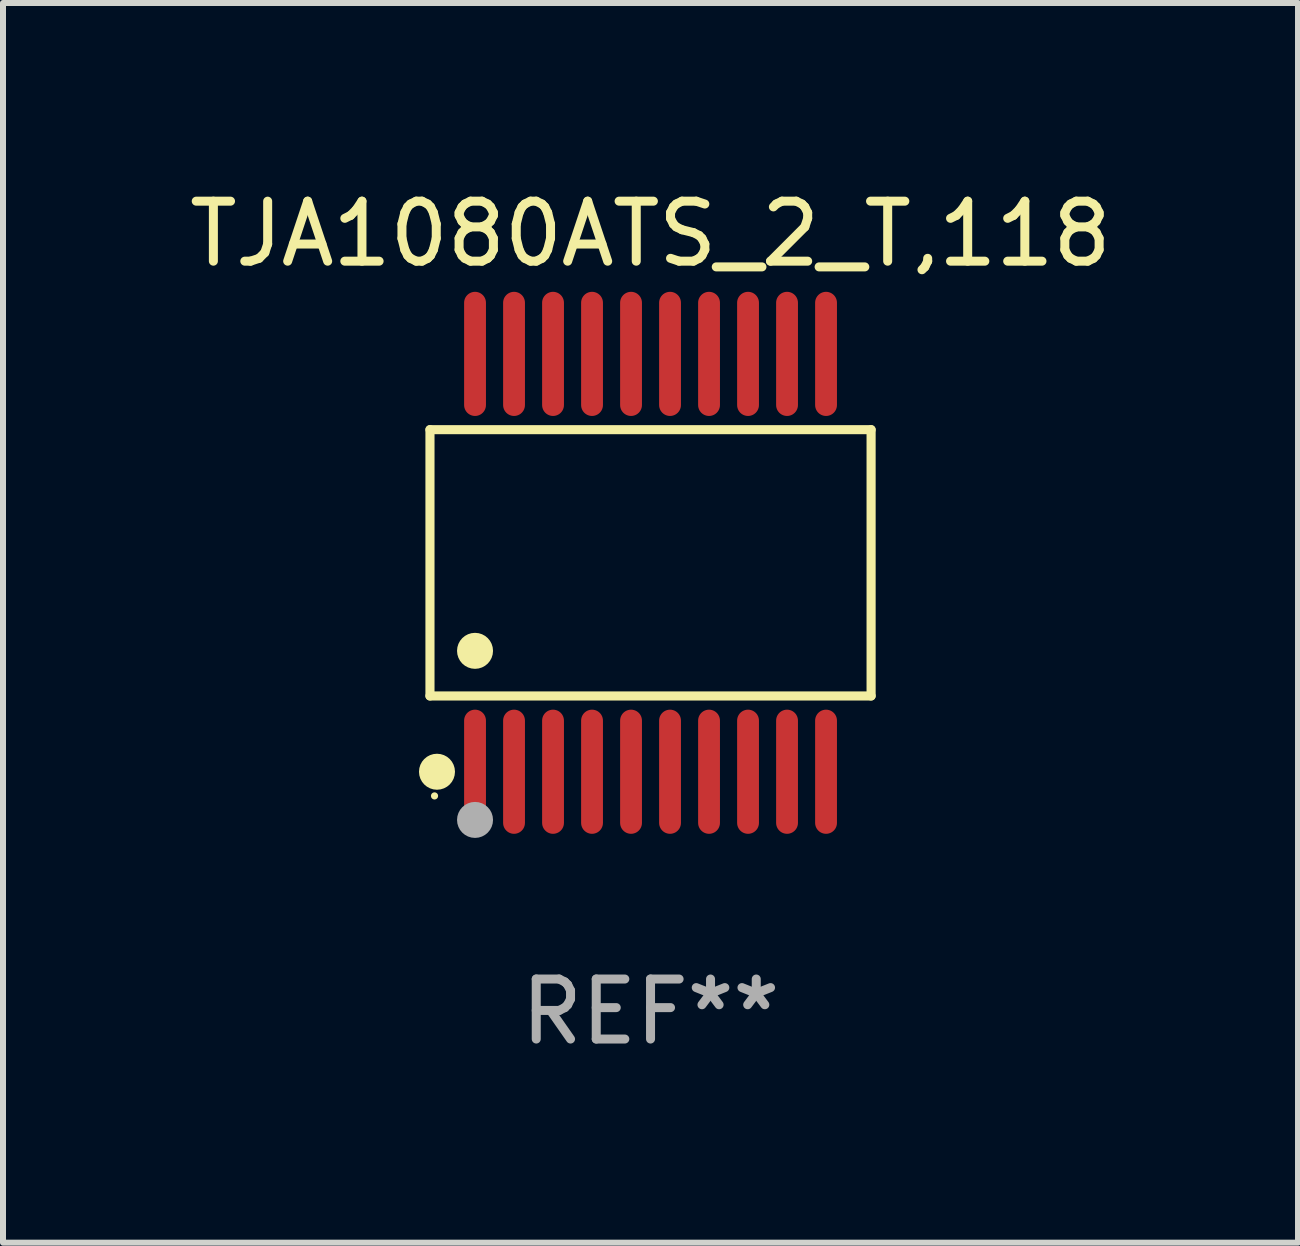
<source format=kicad_pcb>
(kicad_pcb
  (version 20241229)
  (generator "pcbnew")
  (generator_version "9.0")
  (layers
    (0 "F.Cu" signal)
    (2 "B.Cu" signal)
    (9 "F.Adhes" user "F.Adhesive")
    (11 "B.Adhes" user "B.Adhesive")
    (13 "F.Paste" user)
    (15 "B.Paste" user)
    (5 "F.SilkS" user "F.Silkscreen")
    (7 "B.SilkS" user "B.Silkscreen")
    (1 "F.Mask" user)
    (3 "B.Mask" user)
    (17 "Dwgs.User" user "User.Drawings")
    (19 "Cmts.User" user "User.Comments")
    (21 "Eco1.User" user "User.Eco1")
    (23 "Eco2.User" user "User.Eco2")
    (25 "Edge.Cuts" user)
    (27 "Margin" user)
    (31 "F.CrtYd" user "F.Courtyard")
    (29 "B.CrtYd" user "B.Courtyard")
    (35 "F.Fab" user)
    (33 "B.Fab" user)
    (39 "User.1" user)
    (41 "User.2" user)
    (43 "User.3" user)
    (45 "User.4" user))
  (footprint "TJA1080ATS_2_T,118"
    (layer "F.Cu")
    (at 7.792 6.33)
    (property "Reference" "TJA1080ATS_2_T,118" (at 0 -5.482 0) (layer "F.SilkS") (effects (font (size 1 1) (thickness 0.15))))
    (attr through_hole)
    (fp_line (start -3.676 -2.219) (end 3.676 -2.219) (stroke (width 0.152) (type solid)) (layer "F.SilkS"))
    (fp_line (start -3.676 2.219) (end -3.676 -2.219) (stroke (width 0.152) (type solid)) (layer "F.SilkS"))
    (fp_line (start 3.676 -2.219) (end 3.676 2.219) (stroke (width 0.152) (type solid)) (layer "F.SilkS"))
    (fp_line (start 3.676 2.219) (end -3.676 2.219) (stroke (width 0.152) (type solid)) (layer "F.SilkS"))
    (fp_circle (center -3.6 3.885) (end -3.57 3.885) (stroke (width 0.06) (type solid)) (fill no) (layer "F.SilkS"))
    (fp_circle (center -3.559 3.482) (end -3.409 3.482) (stroke (width 0.3) (type solid)) (fill no) (layer "F.SilkS"))
    (fp_circle (center -2.925 1.467) (end -2.775 1.467) (stroke (width 0.3) (type solid)) (fill no) (layer "F.SilkS"))
    (fp_circle (center -2.925 4.285) (end -2.775 4.285) (stroke (width 0.3) (type solid)) (fill no) (layer "F.Fab"))
    (fp_text user "REF**" (at 0 7.482 0) (layer "F.Fab") (effects (font (size 1 1) (thickness 0.15))))
    (pad "1" smd oval (at -2.925 3.482) (size 0.364 2.069) (layers "F.Cu" "F.Mask" "F.Paste"))
    (pad "2" smd oval (at -2.275 3.482) (size 0.364 2.069) (layers "F.Cu" "F.Mask" "F.Paste"))
    (pad "3" smd oval (at -1.625 3.482) (size 0.364 2.069) (layers "F.Cu" "F.Mask" "F.Paste"))
    (pad "4" smd oval (at -0.975 3.482) (size 0.364 2.069) (layers "F.Cu" "F.Mask" "F.Paste"))
    (pad "5" smd oval (at -0.325 3.482) (size 0.364 2.069) (layers "F.Cu" "F.Mask" "F.Paste"))
    (pad "6" smd oval (at 0.325 3.482) (size 0.364 2.069) (layers "F.Cu" "F.Mask" "F.Paste"))
    (pad "7" smd oval (at 0.975 3.482) (size 0.364 2.069) (layers "F.Cu" "F.Mask" "F.Paste"))
    (pad "8" smd oval (at 1.625 3.482) (size 0.364 2.069) (layers "F.Cu" "F.Mask" "F.Paste"))
    (pad "9" smd oval (at 2.275 3.482) (size 0.364 2.069) (layers "F.Cu" "F.Mask" "F.Paste"))
    (pad "10" smd oval (at 2.925 3.482) (size 0.364 2.069) (layers "F.Cu" "F.Mask" "F.Paste"))
    (pad "11" smd oval (at 2.925 -3.482) (size 0.364 2.069) (layers "F.Cu" "F.Mask" "F.Paste"))
    (pad "12" smd oval (at 2.275 -3.482) (size 0.364 2.069) (layers "F.Cu" "F.Mask" "F.Paste"))
    (pad "13" smd oval (at 1.625 -3.482) (size 0.364 2.069) (layers "F.Cu" "F.Mask" "F.Paste"))
    (pad "14" smd oval (at 0.975 -3.482) (size 0.364 2.069) (layers "F.Cu" "F.Mask" "F.Paste"))
    (pad "15" smd oval (at 0.325 -3.482) (size 0.364 2.069) (layers "F.Cu" "F.Mask" "F.Paste"))
    (pad "16" smd oval (at -0.325 -3.482) (size 0.364 2.069) (layers "F.Cu" "F.Mask" "F.Paste"))
    (pad "17" smd oval (at -0.975 -3.482) (size 0.364 2.069) (layers "F.Cu" "F.Mask" "F.Paste"))
    (pad "18" smd oval (at -1.625 -3.482) (size 0.364 2.069) (layers "F.Cu" "F.Mask" "F.Paste"))
    (pad "19" smd oval (at -2.275 -3.482) (size 0.364 2.069) (layers "F.Cu" "F.Mask" "F.Paste"))
    (pad "20" smd oval (at -2.925 -3.482) (size 0.364 2.069) (layers "F.Cu" "F.Mask" "F.Paste")))
  (gr_rect
    (start -3 -3)
    (end 18.583 17.661)
    (stroke (width 0.1) (type default))
    (fill no)
    (layer "Edge.Cuts")))
</source>
